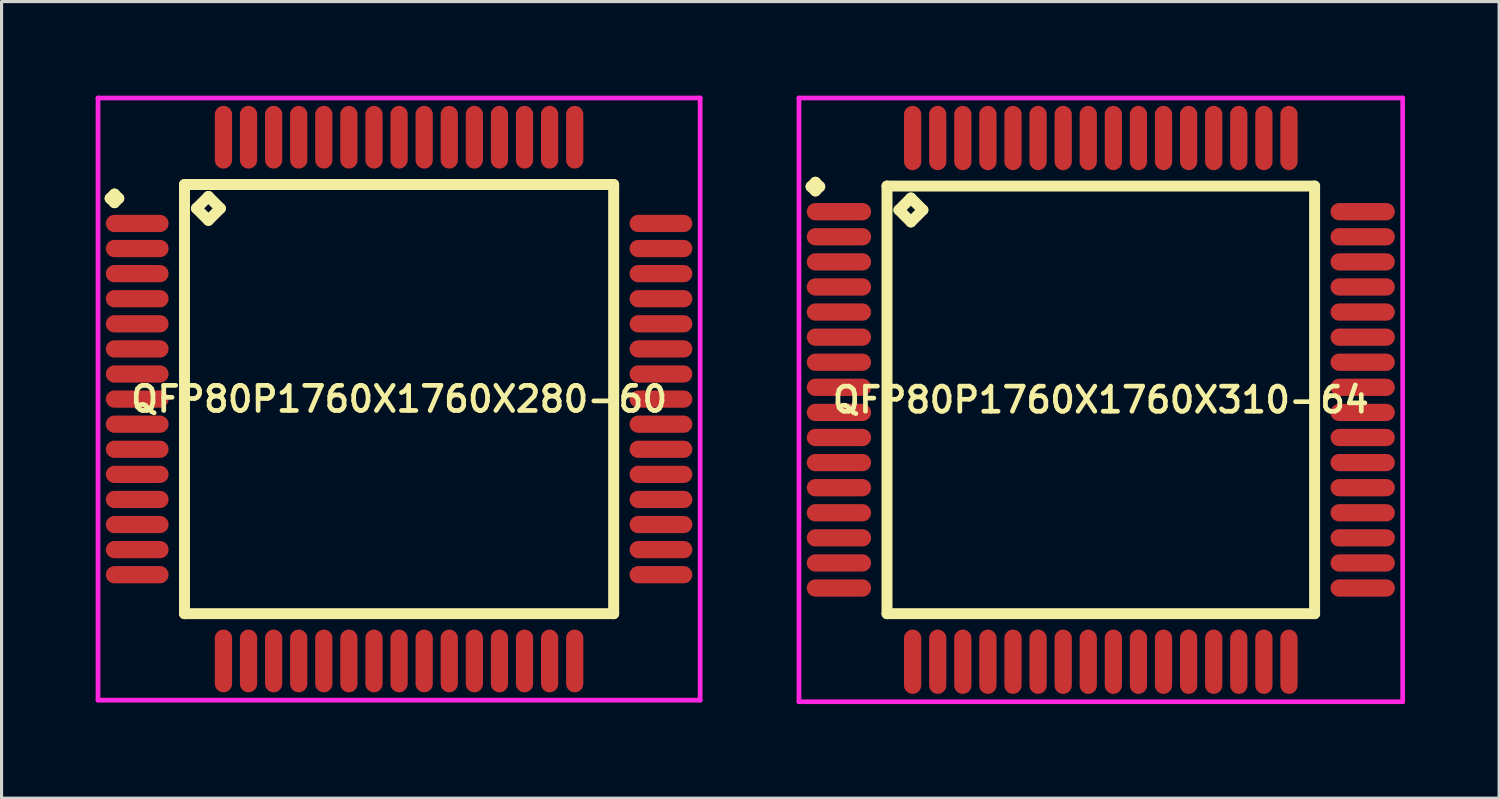
<source format=kicad_pcb>
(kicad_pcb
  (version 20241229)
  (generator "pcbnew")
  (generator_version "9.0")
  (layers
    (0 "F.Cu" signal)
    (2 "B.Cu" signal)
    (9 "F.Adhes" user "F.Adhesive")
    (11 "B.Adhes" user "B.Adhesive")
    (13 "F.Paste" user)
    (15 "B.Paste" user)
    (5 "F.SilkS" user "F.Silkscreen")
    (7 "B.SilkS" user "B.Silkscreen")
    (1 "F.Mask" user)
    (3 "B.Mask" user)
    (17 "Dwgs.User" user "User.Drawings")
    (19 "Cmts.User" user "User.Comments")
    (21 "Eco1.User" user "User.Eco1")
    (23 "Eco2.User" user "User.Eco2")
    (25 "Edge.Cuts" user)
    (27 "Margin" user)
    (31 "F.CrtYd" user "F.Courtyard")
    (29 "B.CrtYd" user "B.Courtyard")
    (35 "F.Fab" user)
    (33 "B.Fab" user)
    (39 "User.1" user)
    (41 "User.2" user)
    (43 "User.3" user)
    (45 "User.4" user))
  (footprint "QFP80P1760X1760X280-60"
    (layer "F.Cu")
    (at 9.675 9.675)
    (property "Reference" "QFP80P1760X1760X280-60" (at 0 0 0) (layer "F.SilkS") (effects (font (size 0.8 0.8) (thickness 0.15))))
    (attr smd)
    (fp_line (start -9.213 -6.4) (end -9.075 -6.537) (stroke (width 0.35) (type solid)) (layer "F.SilkS"))
    (fp_line (start -9.075 -6.537) (end -8.938 -6.4) (stroke (width 0.35) (type solid)) (layer "F.SilkS"))
    (fp_line (start -9.075 -6.263) (end -9.213 -6.4) (stroke (width 0.35) (type solid)) (layer "F.SilkS"))
    (fp_line (start -8.938 -6.4) (end -9.075 -6.263) (stroke (width 0.35) (type solid)) (layer "F.SilkS"))
    (fp_line (start -6.842 -6.842) (end -6.842 6.842) (stroke (width 0.35) (type solid)) (layer "F.SilkS"))
    (fp_line (start -6.842 6.842) (end 6.842 6.842) (stroke (width 0.35) (type solid)) (layer "F.SilkS"))
    (fp_line (start -6.461 -6.08) (end -6.08 -6.461) (stroke (width 0.35) (type solid)) (layer "F.SilkS"))
    (fp_line (start -6.08 -6.461) (end -5.699 -6.08) (stroke (width 0.35) (type solid)) (layer "F.SilkS"))
    (fp_line (start -6.08 -5.699) (end -6.461 -6.08) (stroke (width 0.35) (type solid)) (layer "F.SilkS"))
    (fp_line (start -5.699 -6.08) (end -6.08 -5.699) (stroke (width 0.35) (type solid)) (layer "F.SilkS"))
    (fp_line (start 6.842 -6.842) (end -6.842 -6.842) (stroke (width 0.35) (type solid)) (layer "F.SilkS"))
    (fp_line (start 6.842 6.842) (end 6.842 -6.842) (stroke (width 0.35) (type solid)) (layer "F.SilkS"))
    (fp_line (start -9.6 -9.6) (end 9.6 -9.6) (stroke (width 0.15) (type solid)) (layer "F.CrtYd"))
    (fp_line (start -9.6 9.6) (end -9.6 -9.6) (stroke (width 0.15) (type solid)) (layer "F.CrtYd"))
    (fp_line (start 9.6 -9.6) (end 9.6 9.6) (stroke (width 0.15) (type solid)) (layer "F.CrtYd"))
    (fp_line (start 9.6 9.6) (end -9.6 9.6) (stroke (width 0.15) (type solid)) (layer "F.CrtYd"))
    (pad "1" smd oval (at -8.35 -5.6) (size 2 0.55) (layers "F.Cu" "F.Mask" "F.Paste"))
    (pad "2" smd oval (at -8.35 -4.8) (size 2 0.55) (layers "F.Cu" "F.Mask" "F.Paste"))
    (pad "3" smd oval (at -8.35 -4) (size 2 0.55) (layers "F.Cu" "F.Mask" "F.Paste"))
    (pad "4" smd oval (at -8.35 -3.2) (size 2 0.55) (layers "F.Cu" "F.Mask" "F.Paste"))
    (pad "5" smd oval (at -8.35 -2.4) (size 2 0.55) (layers "F.Cu" "F.Mask" "F.Paste"))
    (pad "6" smd oval (at -8.35 -1.6) (size 2 0.55) (layers "F.Cu" "F.Mask" "F.Paste"))
    (pad "7" smd oval (at -8.35 -0.8) (size 2 0.55) (layers "F.Cu" "F.Mask" "F.Paste"))
    (pad "8" smd oval (at -8.35 0) (size 2 0.55) (layers "F.Cu" "F.Mask" "F.Paste"))
    (pad "9" smd oval (at -8.35 0.8) (size 2 0.55) (layers "F.Cu" "F.Mask" "F.Paste"))
    (pad "10" smd oval (at -8.35 1.6) (size 2 0.55) (layers "F.Cu" "F.Mask" "F.Paste"))
    (pad "11" smd oval (at -8.35 2.4) (size 2 0.55) (layers "F.Cu" "F.Mask" "F.Paste"))
    (pad "12" smd oval (at -8.35 3.2) (size 2 0.55) (layers "F.Cu" "F.Mask" "F.Paste"))
    (pad "13" smd oval (at -8.35 4) (size 2 0.55) (layers "F.Cu" "F.Mask" "F.Paste"))
    (pad "14" smd oval (at -8.35 4.8) (size 2 0.55) (layers "F.Cu" "F.Mask" "F.Paste"))
    (pad "15" smd oval (at -8.35 5.6) (size 2 0.55) (layers "F.Cu" "F.Mask" "F.Paste"))
    (pad "16" smd oval (at -5.6 8.35) (size 0.55 2) (layers "F.Cu" "F.Mask" "F.Paste"))
    (pad "17" smd oval (at -4.8 8.35) (size 0.55 2) (layers "F.Cu" "F.Mask" "F.Paste"))
    (pad "18" smd oval (at -4 8.35) (size 0.55 2) (layers "F.Cu" "F.Mask" "F.Paste"))
    (pad "19" smd oval (at -3.2 8.35) (size 0.55 2) (layers "F.Cu" "F.Mask" "F.Paste"))
    (pad "20" smd oval (at -2.4 8.35) (size 0.55 2) (layers "F.Cu" "F.Mask" "F.Paste"))
    (pad "21" smd oval (at -1.6 8.35) (size 0.55 2) (layers "F.Cu" "F.Mask" "F.Paste"))
    (pad "22" smd oval (at -0.8 8.35) (size 0.55 2) (layers "F.Cu" "F.Mask" "F.Paste"))
    (pad "23" smd oval (at 0 8.35) (size 0.55 2) (layers "F.Cu" "F.Mask" "F.Paste"))
    (pad "24" smd oval (at 0.8 8.35) (size 0.55 2) (layers "F.Cu" "F.Mask" "F.Paste"))
    (pad "25" smd oval (at 1.6 8.35) (size 0.55 2) (layers "F.Cu" "F.Mask" "F.Paste"))
    (pad "26" smd oval (at 2.4 8.35) (size 0.55 2) (layers "F.Cu" "F.Mask" "F.Paste"))
    (pad "27" smd oval (at 3.2 8.35) (size 0.55 2) (layers "F.Cu" "F.Mask" "F.Paste"))
    (pad "28" smd oval (at 4 8.35) (size 0.55 2) (layers "F.Cu" "F.Mask" "F.Paste"))
    (pad "29" smd oval (at 4.8 8.35) (size 0.55 2) (layers "F.Cu" "F.Mask" "F.Paste"))
    (pad "30" smd oval (at 5.6 8.35) (size 0.55 2) (layers "F.Cu" "F.Mask" "F.Paste"))
    (pad "31" smd oval (at 8.35 5.6) (size 2 0.55) (layers "F.Cu" "F.Mask" "F.Paste"))
    (pad "32" smd oval (at 8.35 4.8) (size 2 0.55) (layers "F.Cu" "F.Mask" "F.Paste"))
    (pad "33" smd oval (at 8.35 4) (size 2 0.55) (layers "F.Cu" "F.Mask" "F.Paste"))
    (pad "34" smd oval (at 8.35 3.2) (size 2 0.55) (layers "F.Cu" "F.Mask" "F.Paste"))
    (pad "35" smd oval (at 8.35 2.4) (size 2 0.55) (layers "F.Cu" "F.Mask" "F.Paste"))
    (pad "36" smd oval (at 8.35 1.6) (size 2 0.55) (layers "F.Cu" "F.Mask" "F.Paste"))
    (pad "37" smd oval (at 8.35 0.8) (size 2 0.55) (layers "F.Cu" "F.Mask" "F.Paste"))
    (pad "38" smd oval (at 8.35 0) (size 2 0.55) (layers "F.Cu" "F.Mask" "F.Paste"))
    (pad "39" smd oval (at 8.35 -0.8) (size 2 0.55) (layers "F.Cu" "F.Mask" "F.Paste"))
    (pad "40" smd oval (at 8.35 -1.6) (size 2 0.55) (layers "F.Cu" "F.Mask" "F.Paste"))
    (pad "41" smd oval (at 8.35 -2.4) (size 2 0.55) (layers "F.Cu" "F.Mask" "F.Paste"))
    (pad "42" smd oval (at 8.35 -3.2) (size 2 0.55) (layers "F.Cu" "F.Mask" "F.Paste"))
    (pad "43" smd oval (at 8.35 -4) (size 2 0.55) (layers "F.Cu" "F.Mask" "F.Paste"))
    (pad "44" smd oval (at 8.35 -4.8) (size 2 0.55) (layers "F.Cu" "F.Mask" "F.Paste"))
    (pad "45" smd oval (at 8.35 -5.6) (size 2 0.55) (layers "F.Cu" "F.Mask" "F.Paste"))
    (pad "46" smd oval (at 5.6 -8.35) (size 0.55 2) (layers "F.Cu" "F.Mask" "F.Paste"))
    (pad "47" smd oval (at 4.8 -8.35) (size 0.55 2) (layers "F.Cu" "F.Mask" "F.Paste"))
    (pad "48" smd oval (at 4 -8.35) (size 0.55 2) (layers "F.Cu" "F.Mask" "F.Paste"))
    (pad "49" smd oval (at 3.2 -8.35) (size 0.55 2) (layers "F.Cu" "F.Mask" "F.Paste"))
    (pad "50" smd oval (at 2.4 -8.35) (size 0.55 2) (layers "F.Cu" "F.Mask" "F.Paste"))
    (pad "51" smd oval (at 1.6 -8.35) (size 0.55 2) (layers "F.Cu" "F.Mask" "F.Paste"))
    (pad "52" smd oval (at 0.8 -8.35) (size 0.55 2) (layers "F.Cu" "F.Mask" "F.Paste"))
    (pad "53" smd oval (at 0 -8.35) (size 0.55 2) (layers "F.Cu" "F.Mask" "F.Paste"))
    (pad "54" smd oval (at -0.8 -8.35) (size 0.55 2) (layers "F.Cu" "F.Mask" "F.Paste"))
    (pad "55" smd oval (at -1.6 -8.35) (size 0.55 2) (layers "F.Cu" "F.Mask" "F.Paste"))
    (pad "56" smd oval (at -2.4 -8.35) (size 0.55 2) (layers "F.Cu" "F.Mask" "F.Paste"))
    (pad "57" smd oval (at -3.2 -8.35) (size 0.55 2) (layers "F.Cu" "F.Mask" "F.Paste"))
    (pad "58" smd oval (at -4 -8.35) (size 0.55 2) (layers "F.Cu" "F.Mask" "F.Paste"))
    (pad "59" smd oval (at -4.8 -8.35) (size 0.55 2) (layers "F.Cu" "F.Mask" "F.Paste"))
    (pad "60" smd oval (at -5.6 -8.35) (size 0.55 2) (layers "F.Cu" "F.Mask" "F.Paste")))
  (footprint "QFP80P1760X1760X310-64"
    (layer "F.Cu")
    (at 32.05 9.7)
    (property "Reference" "QFP80P1760X1760X310-64" (at 0 0 0) (layer "F.SilkS") (effects (font (size 0.8 0.8) (thickness 0.15))))
    (attr smd)
    (fp_line (start -9.238 -6.8) (end -9.1 -6.938) (stroke (width 0.35) (type solid)) (layer "F.SilkS"))
    (fp_line (start -9.1 -6.938) (end -8.963 -6.8) (stroke (width 0.35) (type solid)) (layer "F.SilkS"))
    (fp_line (start -9.1 -6.662) (end -9.238 -6.8) (stroke (width 0.35) (type solid)) (layer "F.SilkS"))
    (fp_line (start -8.963 -6.8) (end -9.1 -6.662) (stroke (width 0.35) (type solid)) (layer "F.SilkS"))
    (fp_line (start -6.817 -6.817) (end -6.817 6.817) (stroke (width 0.35) (type solid)) (layer "F.SilkS"))
    (fp_line (start -6.817 6.817) (end 6.817 6.817) (stroke (width 0.35) (type solid)) (layer "F.SilkS"))
    (fp_line (start -6.436 -6.055) (end -6.055 -6.436) (stroke (width 0.35) (type solid)) (layer "F.SilkS"))
    (fp_line (start -6.055 -6.436) (end -5.674 -6.055) (stroke (width 0.35) (type solid)) (layer "F.SilkS"))
    (fp_line (start -6.055 -5.674) (end -6.436 -6.055) (stroke (width 0.35) (type solid)) (layer "F.SilkS"))
    (fp_line (start -5.674 -6.055) (end -6.055 -5.674) (stroke (width 0.35) (type solid)) (layer "F.SilkS"))
    (fp_line (start 6.817 -6.817) (end -6.817 -6.817) (stroke (width 0.35) (type solid)) (layer "F.SilkS"))
    (fp_line (start 6.817 6.817) (end 6.817 -6.817) (stroke (width 0.35) (type solid)) (layer "F.SilkS"))
    (fp_line (start -9.625 -9.625) (end 9.625 -9.625) (stroke (width 0.15) (type solid)) (layer "F.CrtYd"))
    (fp_line (start -9.625 9.625) (end -9.625 -9.625) (stroke (width 0.15) (type solid)) (layer "F.CrtYd"))
    (fp_line (start 9.625 -9.625) (end 9.625 9.625) (stroke (width 0.15) (type solid)) (layer "F.CrtYd"))
    (fp_line (start 9.625 9.625) (end -9.625 9.625) (stroke (width 0.15) (type solid)) (layer "F.CrtYd"))
    (pad "1" smd oval (at -8.35 -6) (size 2.05 0.55) (layers "F.Cu" "F.Mask" "F.Paste"))
    (pad "2" smd oval (at -8.35 -5.2) (size 2.05 0.55) (layers "F.Cu" "F.Mask" "F.Paste"))
    (pad "3" smd oval (at -8.35 -4.4) (size 2.05 0.55) (layers "F.Cu" "F.Mask" "F.Paste"))
    (pad "4" smd oval (at -8.35 -3.6) (size 2.05 0.55) (layers "F.Cu" "F.Mask" "F.Paste"))
    (pad "5" smd oval (at -8.35 -2.8) (size 2.05 0.55) (layers "F.Cu" "F.Mask" "F.Paste"))
    (pad "6" smd oval (at -8.35 -2) (size 2.05 0.55) (layers "F.Cu" "F.Mask" "F.Paste"))
    (pad "7" smd oval (at -8.35 -1.2) (size 2.05 0.55) (layers "F.Cu" "F.Mask" "F.Paste"))
    (pad "8" smd oval (at -8.35 -0.4) (size 2.05 0.55) (layers "F.Cu" "F.Mask" "F.Paste"))
    (pad "9" smd oval (at -8.35 0.4) (size 2.05 0.55) (layers "F.Cu" "F.Mask" "F.Paste"))
    (pad "10" smd oval (at -8.35 1.2) (size 2.05 0.55) (layers "F.Cu" "F.Mask" "F.Paste"))
    (pad "11" smd oval (at -8.35 2) (size 2.05 0.55) (layers "F.Cu" "F.Mask" "F.Paste"))
    (pad "12" smd oval (at -8.35 2.8) (size 2.05 0.55) (layers "F.Cu" "F.Mask" "F.Paste"))
    (pad "13" smd oval (at -8.35 3.6) (size 2.05 0.55) (layers "F.Cu" "F.Mask" "F.Paste"))
    (pad "14" smd oval (at -8.35 4.4) (size 2.05 0.55) (layers "F.Cu" "F.Mask" "F.Paste"))
    (pad "15" smd oval (at -8.35 5.2) (size 2.05 0.55) (layers "F.Cu" "F.Mask" "F.Paste"))
    (pad "16" smd oval (at -8.35 6) (size 2.05 0.55) (layers "F.Cu" "F.Mask" "F.Paste"))
    (pad "17" smd oval (at -6 8.35) (size 0.55 2.05) (layers "F.Cu" "F.Mask" "F.Paste"))
    (pad "18" smd oval (at -5.2 8.35) (size 0.55 2.05) (layers "F.Cu" "F.Mask" "F.Paste"))
    (pad "19" smd oval (at -4.4 8.35) (size 0.55 2.05) (layers "F.Cu" "F.Mask" "F.Paste"))
    (pad "20" smd oval (at -3.6 8.35) (size 0.55 2.05) (layers "F.Cu" "F.Mask" "F.Paste"))
    (pad "21" smd oval (at -2.8 8.35) (size 0.55 2.05) (layers "F.Cu" "F.Mask" "F.Paste"))
    (pad "22" smd oval (at -2 8.35) (size 0.55 2.05) (layers "F.Cu" "F.Mask" "F.Paste"))
    (pad "23" smd oval (at -1.2 8.35) (size 0.55 2.05) (layers "F.Cu" "F.Mask" "F.Paste"))
    (pad "24" smd oval (at -0.4 8.35) (size 0.55 2.05) (layers "F.Cu" "F.Mask" "F.Paste"))
    (pad "25" smd oval (at 0.4 8.35) (size 0.55 2.05) (layers "F.Cu" "F.Mask" "F.Paste"))
    (pad "26" smd oval (at 1.2 8.35) (size 0.55 2.05) (layers "F.Cu" "F.Mask" "F.Paste"))
    (pad "27" smd oval (at 2 8.35) (size 0.55 2.05) (layers "F.Cu" "F.Mask" "F.Paste"))
    (pad "28" smd oval (at 2.8 8.35) (size 0.55 2.05) (layers "F.Cu" "F.Mask" "F.Paste"))
    (pad "29" smd oval (at 3.6 8.35) (size 0.55 2.05) (layers "F.Cu" "F.Mask" "F.Paste"))
    (pad "30" smd oval (at 4.4 8.35) (size 0.55 2.05) (layers "F.Cu" "F.Mask" "F.Paste"))
    (pad "31" smd oval (at 5.2 8.35) (size 0.55 2.05) (layers "F.Cu" "F.Mask" "F.Paste"))
    (pad "32" smd oval (at 6 8.35) (size 0.55 2.05) (layers "F.Cu" "F.Mask" "F.Paste"))
    (pad "33" smd oval (at 8.35 6) (size 2.05 0.55) (layers "F.Cu" "F.Mask" "F.Paste"))
    (pad "34" smd oval (at 8.35 5.2) (size 2.05 0.55) (layers "F.Cu" "F.Mask" "F.Paste"))
    (pad "35" smd oval (at 8.35 4.4) (size 2.05 0.55) (layers "F.Cu" "F.Mask" "F.Paste"))
    (pad "36" smd oval (at 8.35 3.6) (size 2.05 0.55) (layers "F.Cu" "F.Mask" "F.Paste"))
    (pad "37" smd oval (at 8.35 2.8) (size 2.05 0.55) (layers "F.Cu" "F.Mask" "F.Paste"))
    (pad "38" smd oval (at 8.35 2) (size 2.05 0.55) (layers "F.Cu" "F.Mask" "F.Paste"))
    (pad "39" smd oval (at 8.35 1.2) (size 2.05 0.55) (layers "F.Cu" "F.Mask" "F.Paste"))
    (pad "40" smd oval (at 8.35 0.4) (size 2.05 0.55) (layers "F.Cu" "F.Mask" "F.Paste"))
    (pad "41" smd oval (at 8.35 -0.4) (size 2.05 0.55) (layers "F.Cu" "F.Mask" "F.Paste"))
    (pad "42" smd oval (at 8.35 -1.2) (size 2.05 0.55) (layers "F.Cu" "F.Mask" "F.Paste"))
    (pad "43" smd oval (at 8.35 -2) (size 2.05 0.55) (layers "F.Cu" "F.Mask" "F.Paste"))
    (pad "44" smd oval (at 8.35 -2.8) (size 2.05 0.55) (layers "F.Cu" "F.Mask" "F.Paste"))
    (pad "45" smd oval (at 8.35 -3.6) (size 2.05 0.55) (layers "F.Cu" "F.Mask" "F.Paste"))
    (pad "46" smd oval (at 8.35 -4.4) (size 2.05 0.55) (layers "F.Cu" "F.Mask" "F.Paste"))
    (pad "47" smd oval (at 8.35 -5.2) (size 2.05 0.55) (layers "F.Cu" "F.Mask" "F.Paste"))
    (pad "48" smd oval (at 8.35 -6) (size 2.05 0.55) (layers "F.Cu" "F.Mask" "F.Paste"))
    (pad "49" smd oval (at 6 -8.35) (size 0.55 2.05) (layers "F.Cu" "F.Mask" "F.Paste"))
    (pad "50" smd oval (at 5.2 -8.35) (size 0.55 2.05) (layers "F.Cu" "F.Mask" "F.Paste"))
    (pad "51" smd oval (at 4.4 -8.35) (size 0.55 2.05) (layers "F.Cu" "F.Mask" "F.Paste"))
    (pad "52" smd oval (at 3.6 -8.35) (size 0.55 2.05) (layers "F.Cu" "F.Mask" "F.Paste"))
    (pad "53" smd oval (at 2.8 -8.35) (size 0.55 2.05) (layers "F.Cu" "F.Mask" "F.Paste"))
    (pad "54" smd oval (at 2 -8.35) (size 0.55 2.05) (layers "F.Cu" "F.Mask" "F.Paste"))
    (pad "55" smd oval (at 1.2 -8.35) (size 0.55 2.05) (layers "F.Cu" "F.Mask" "F.Paste"))
    (pad "56" smd oval (at 0.4 -8.35) (size 0.55 2.05) (layers "F.Cu" "F.Mask" "F.Paste"))
    (pad "57" smd oval (at -0.4 -8.35) (size 0.55 2.05) (layers "F.Cu" "F.Mask" "F.Paste"))
    (pad "58" smd oval (at -1.2 -8.35) (size 0.55 2.05) (layers "F.Cu" "F.Mask" "F.Paste"))
    (pad "59" smd oval (at -2 -8.35) (size 0.55 2.05) (layers "F.Cu" "F.Mask" "F.Paste"))
    (pad "60" smd oval (at -2.8 -8.35) (size 0.55 2.05) (layers "F.Cu" "F.Mask" "F.Paste"))
    (pad "61" smd oval (at -3.6 -8.35) (size 0.55 2.05) (layers "F.Cu" "F.Mask" "F.Paste"))
    (pad "62" smd oval (at -4.4 -8.35) (size 0.55 2.05) (layers "F.Cu" "F.Mask" "F.Paste"))
    (pad "63" smd oval (at -5.2 -8.35) (size 0.55 2.05) (layers "F.Cu" "F.Mask" "F.Paste"))
    (pad "64" smd oval (at -6 -8.35) (size 0.55 2.05) (layers "F.Cu" "F.Mask" "F.Paste")))
  (gr_rect
    (start -3 -3)
    (end 44.75 22.4)
    (stroke (width 0.1) (type default))
    (fill no)
    (layer "Edge.Cuts")))
</source>
